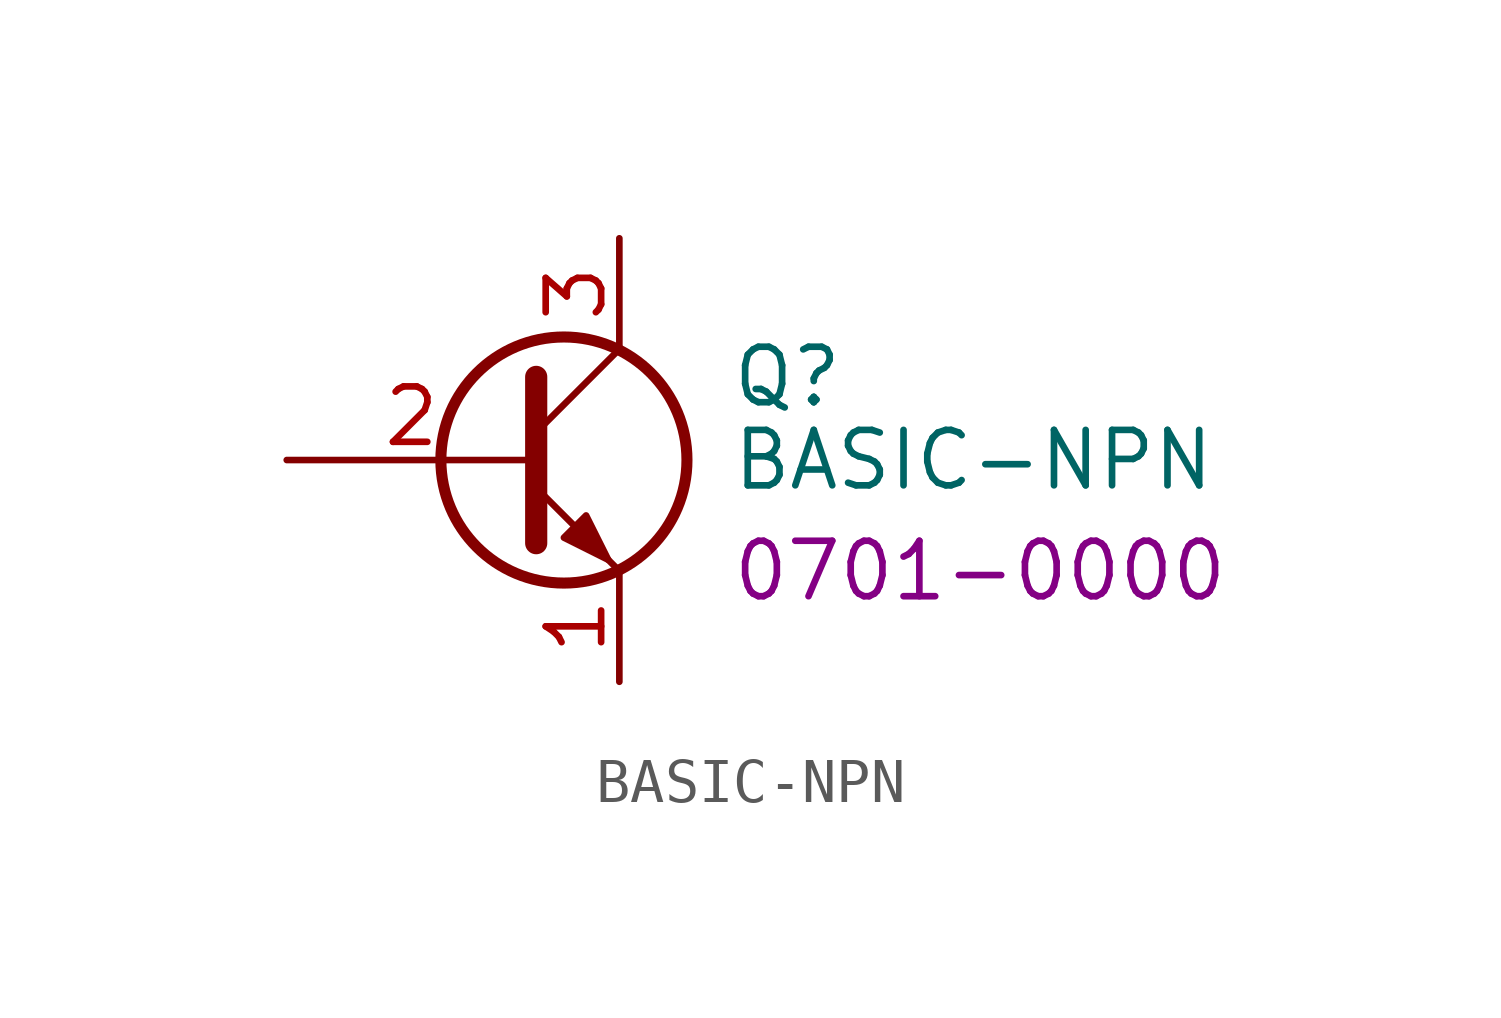
<source format=kicad_sym>
(kicad_symbol_lib
  (version 20231120)
  (generator "kicad_symbol_editor")
  (generator_version "8.0")
  (symbol "BASIC-NPN"
    (pin_names
      (offset 0) hide)
    (property "Reference" "Q"
      (at 5.08 1.905 0)
      (effects (font (size 1.27 1.27)) (justify left)))
    (property "Value" "BASIC-NPN"
      (at 5.08 0 0)
      (effects (font (size 1.27 1.27)) (justify left)))
    (property "PartNumber" "0701-0000"
      (at 5.08 -2.54 0)
      (effects (font (size 1.27 1.27)) (justify left)))
    (symbol "BASIC-NPN_0_1"
      (polyline (pts (xy 0.635 0.635) (xy 2.54 2.54)) (stroke (width 0) (type default)) (fill (type none)))
      (polyline (pts (xy 0.635 -0.635) (xy 2.54 -2.54) (xy 2.54 -2.54)) (stroke (width 0) (type default)) (fill (type none)))
      (polyline (pts (xy 0.635 1.905) (xy 0.635 -1.905) (xy 0.635 -1.905)) (stroke (width 0.508) (type default)) (fill (type none)))
      (polyline (pts (xy 1.27 -1.778) (xy 1.778 -1.27) (xy 2.286 -2.286) (xy 1.27 -1.778) (xy 1.27 -1.778)) (stroke (width 0) (type default)) (fill (type outline)))
      (circle (center 1.27 0) (radius 2.819) (stroke (width 0.254) (type default)) (fill (type none))))
    (symbol "BASIC-NPN_1_1"
      (pin passive line (at 2.54 -5.08 90) (length 2.54) (name "E" (effects (font (size 1.27 1.27)))) (number "1" (effects (font (size 1.27 1.27)))))
      (pin passive line (at -5.08 0 0) (length 5.715) (name "B" (effects (font (size 1.27 1.27)))) (number "2" (effects (font (size 1.27 1.27)))))
      (pin passive line (at 2.54 5.08 270) (length 2.54) (name "C" (effects (font (size 1.27 1.27)))) (number "3" (effects (font (size 1.27 1.27))))))))
</source>
